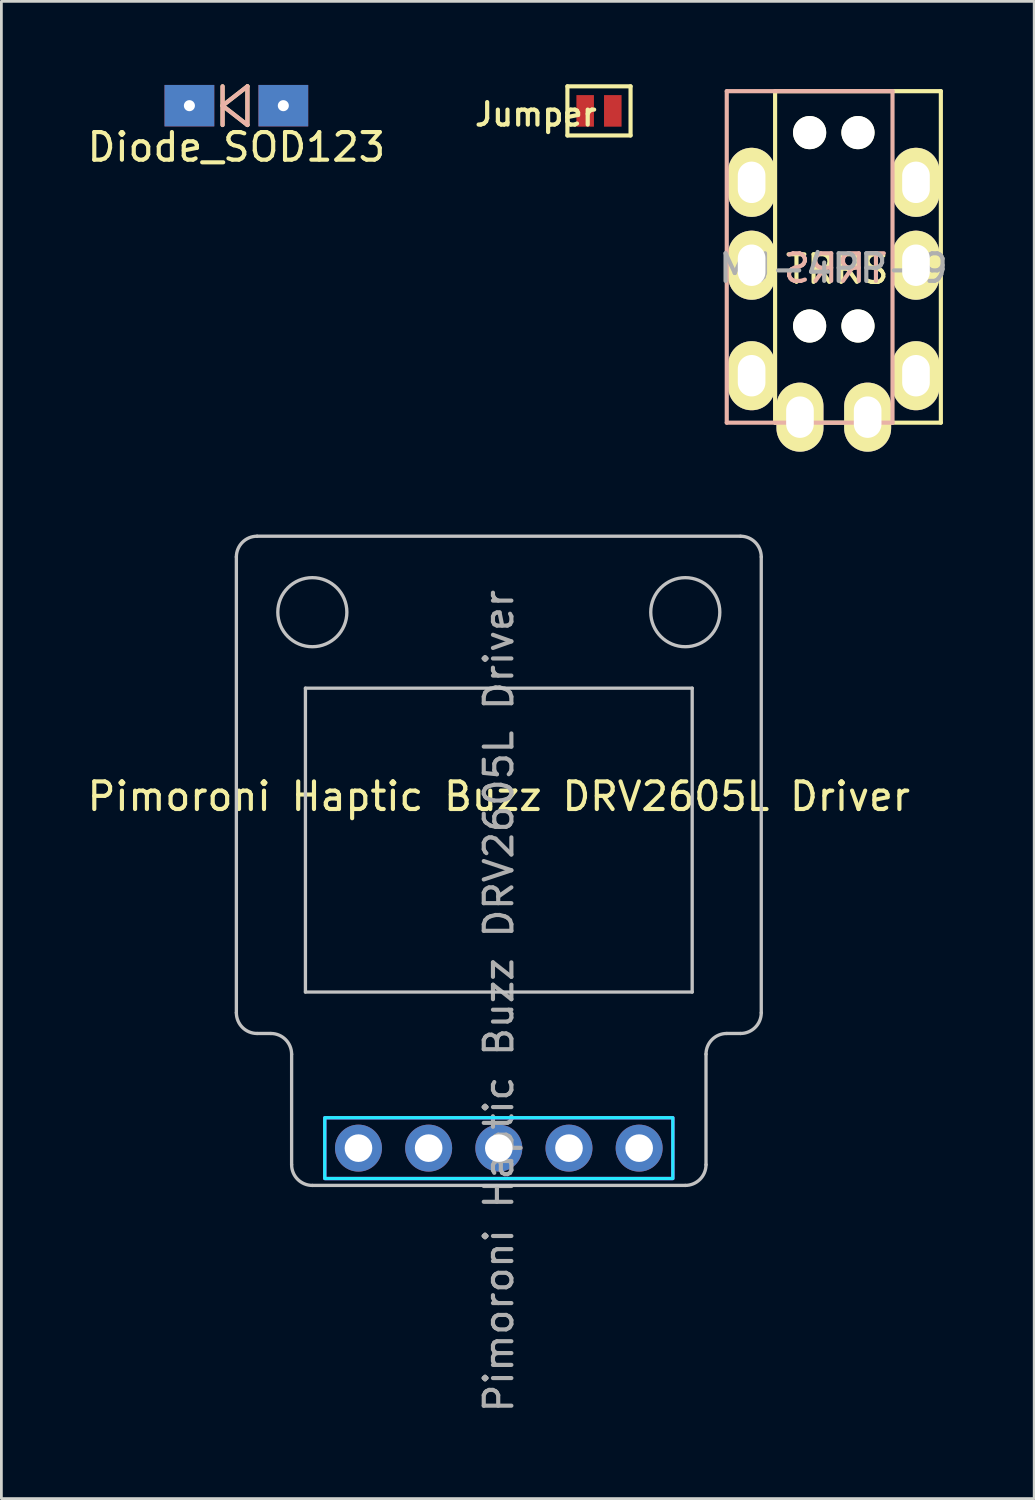
<source format=kicad_pcb>
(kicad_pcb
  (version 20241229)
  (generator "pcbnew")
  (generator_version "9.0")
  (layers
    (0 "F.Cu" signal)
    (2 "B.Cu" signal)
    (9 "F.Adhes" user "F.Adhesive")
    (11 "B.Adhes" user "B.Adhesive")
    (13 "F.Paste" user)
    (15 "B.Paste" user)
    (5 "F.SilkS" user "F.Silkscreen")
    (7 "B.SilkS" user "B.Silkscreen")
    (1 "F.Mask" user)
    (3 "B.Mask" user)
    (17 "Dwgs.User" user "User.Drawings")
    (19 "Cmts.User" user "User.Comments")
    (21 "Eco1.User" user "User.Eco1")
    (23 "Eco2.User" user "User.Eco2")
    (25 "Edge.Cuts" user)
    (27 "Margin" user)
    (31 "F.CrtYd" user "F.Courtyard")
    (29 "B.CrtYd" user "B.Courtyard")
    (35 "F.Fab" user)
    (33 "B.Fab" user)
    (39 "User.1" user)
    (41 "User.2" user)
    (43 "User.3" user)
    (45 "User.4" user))
  (footprint "MJ-4PP-9"
    (layer "F.Cu")
    (at 28.007 0.25)
    (property "Reference" "MJ-4PP-9" (at -0.889 6.413 0) (layer "F.Fab") (effects (font (size 1 1) (thickness 0.15))))
    (attr through_hole)
    (fp_line (start -3 0) (end 3 0) (stroke (width 0.15) (type solid)) (layer "F.SilkS"))
    (fp_line (start -3 12) (end -3 0) (stroke (width 0.15) (type solid)) (layer "F.SilkS"))
    (fp_line (start 3 0) (end 3 12) (stroke (width 0.15) (type solid)) (layer "F.SilkS"))
    (fp_line (start 3 12) (end -3 12) (stroke (width 0.15) (type solid)) (layer "F.SilkS"))
    (fp_line (start -4.75 0) (end 1.25 0) (stroke (width 0.15) (type solid)) (layer "B.SilkS"))
    (fp_line (start -4.75 12) (end -4.75 0) (stroke (width 0.15) (type solid)) (layer "B.SilkS"))
    (fp_line (start 1.25 0) (end 1.25 12) (stroke (width 0.15) (type solid)) (layer "B.SilkS"))
    (fp_line (start 1.25 12) (end -4.75 12) (stroke (width 0.15) (type solid)) (layer "B.SilkS"))
    (fp_text user "TRRS" (at -0.75 6.45 0) (layer "F.SilkS") (effects (font (size 1 1) (thickness 0.15))))
    (fp_text user "TRRS" (at -0.826 6.413 0) (layer "B.SilkS") (effects (font (size 1 1) (thickness 0.15)) (justify mirror)))
    (pad "" np_thru_hole circle (at -1.75 1.5) (size 1.2 1.2) (drill 1.2) (layers "*.Cu" "*.Mask" "F.SilkS"))
    (pad "" np_thru_hole circle (at -1.75 8.5) (size 1.2 1.2) (drill 1.2) (layers "*.Cu" "*.Mask" "F.SilkS"))
    (pad "" np_thru_hole circle (at 0 1.5) (size 1.2 1.2) (drill 1.2) (layers "*.Cu" "*.Mask" "F.SilkS"))
    (pad "" np_thru_hole circle (at 0 8.5) (size 1.2 1.2) (drill 1.2) (layers "*.Cu" "*.Mask" "F.SilkS"))
    (pad "1" thru_hole oval (at -3.85 10.3) (size 1.7 2.5) (drill oval 1 1.5) (layers "*.Cu" "*.Mask" "F.SilkS"))
    (pad "1" thru_hole oval (at 2.1 10.3) (size 1.7 2.5) (drill oval 1 1.5) (layers "*.Cu" "*.Mask" "F.SilkS"))
    (pad "2" thru_hole oval (at -3.85 6.3) (size 1.7 2.5) (drill oval 1 1.5) (layers "*.Cu" "*.Mask" "F.SilkS"))
    (pad "2" thru_hole oval (at 2.1 6.3) (size 1.7 2.5) (drill oval 1 1.5) (layers "*.Cu" "*.Mask" "F.SilkS"))
    (pad "3" thru_hole oval (at -3.85 3.3) (size 1.7 2.5) (drill oval 1 1.5) (layers "*.Cu" "*.Mask" "F.SilkS"))
    (pad "3" thru_hole oval (at 2.1 3.3) (size 1.7 2.5) (drill oval 1 1.5) (layers "*.Cu" "*.Mask" "F.SilkS"))
    (pad "4" thru_hole oval (at -2.1 11.8) (size 1.7 2.5) (drill oval 1 1.5) (layers "*.Cu" "*.Mask" "F.SilkS"))
    (pad "4" thru_hole oval (at 0.35 11.8) (size 1.7 2.5) (drill oval 1 1.5) (layers "*.Cu" "*.Mask" "F.SilkS")))
  (footprint "Diode_SOD123"
    (placed yes)
    (layer "F.Cu")
    (at 5.506 0.775)
    (property "Reference" "Diode_SOD123" (at 0 1.5 0) (layer "F.SilkS") (effects (font (size 1 1) (thickness 0.15))))
    (attr through_hole)
    (fp_line (start -0.5 -0.7) (end -0.5 0.7) (stroke (width 0.15) (type solid)) (layer "F.SilkS"))
    (fp_line (start -0.5 0) (end 0.4 -0.7) (stroke (width 0.15) (type solid)) (layer "F.SilkS"))
    (fp_line (start 0.4 -0.7) (end 0.4 0.7) (stroke (width 0.15) (type solid)) (layer "F.SilkS"))
    (fp_line (start 0.4 0.7) (end -0.5 0) (stroke (width 0.15) (type solid)) (layer "F.SilkS"))
    (fp_line (start -0.5 -0.7) (end -0.5 0.7) (stroke (width 0.15) (type solid)) (layer "B.SilkS"))
    (fp_line (start -0.5 0) (end 0.4 -0.7) (stroke (width 0.15) (type solid)) (layer "B.SilkS"))
    (fp_line (start 0.4 -0.7) (end 0.4 0.7) (stroke (width 0.15) (type solid)) (layer "B.SilkS"))
    (fp_line (start 0.4 0.7) (end -0.5 0) (stroke (width 0.15) (type solid)) (layer "B.SilkS"))
    (pad "1" thru_hole rect (at -1.7 0) (size 1.8 1.5) (drill 0.4) (layers "*.Cu" "*.Mask"))
    (pad "2" thru_hole rect (at 1.7 0) (size 1.8 1.5) (drill 0.4) (layers "*.Cu" "*.Mask")))
  (footprint "Pimoroni Haptic Buzz DRV2605L Driver"
    (layer "F.Cu")
    (at 15.006 28.11)
    (property "Reference" "Pimoroni Haptic Buzz DRV2605L Driver" (at 0 -2.33 0) (layer "F.SilkS") (effects (font (size 1 1) (thickness 0.15))))
    (attr through_hole)
    (fp_line (start -9.5 -11) (end -9.5 5.5) (stroke (width 0.12) (type solid)) (layer "Dwgs.User"))
    (fp_line (start -8.75 6.25) (end -8.25 6.25) (stroke (width 0.12) (type solid)) (layer "Dwgs.User"))
    (fp_line (start -7.5 11) (end -7.5 7) (stroke (width 0.12) (type solid)) (layer "Dwgs.User"))
    (fp_line (start -7 -6.25) (end -7 4.75) (stroke (width 0.12) (type solid)) (layer "Dwgs.User"))
    (fp_line (start -7 4.75) (end 7 4.75) (stroke (width 0.12) (type solid)) (layer "Dwgs.User"))
    (fp_line (start -6.75 11.75) (end 6.75 11.75) (stroke (width 0.12) (type solid)) (layer "Dwgs.User"))
    (fp_line (start 7 -6.25) (end -7 -6.25) (stroke (width 0.12) (type solid)) (layer "Dwgs.User"))
    (fp_line (start 7 4.75) (end 7 -6.25) (stroke (width 0.12) (type solid)) (layer "Dwgs.User"))
    (fp_line (start 7.5 7) (end 7.5 11) (stroke (width 0.12) (type solid)) (layer "Dwgs.User"))
    (fp_line (start 8.75 -11.75) (end -8.75 -11.75) (stroke (width 0.12) (type solid)) (layer "Dwgs.User"))
    (fp_line (start 8.75 6.25) (end 8.25 6.25) (stroke (width 0.12) (type solid)) (layer "Dwgs.User"))
    (fp_line (start 9.5 5.5) (end 9.5 -11) (stroke (width 0.12) (type solid)) (layer "Dwgs.User"))
    (fp_arc (start -9.5 -11) (mid -9.28033 -11.53033) (end -8.75 -11.75) (stroke (width 0.12) (type solid)) (layer "Dwgs.User"))
    (fp_arc (start -8.75 6.25) (mid -9.28033 6.03033) (end -9.5 5.5) (stroke (width 0.12) (type solid)) (layer "Dwgs.User"))
    (fp_arc (start -8.25 6.25) (mid -7.71967 6.46967) (end -7.5 7) (stroke (width 0.12) (type solid)) (layer "Dwgs.User"))
    (fp_arc (start -6.75 11.75) (mid -7.28033 11.53033) (end -7.5 11) (stroke (width 0.12) (type solid)) (layer "Dwgs.User"))
    (fp_arc (start 7.5 7) (mid 7.71967 6.46967) (end 8.25 6.25) (stroke (width 0.12) (type solid)) (layer "Dwgs.User"))
    (fp_arc (start 7.5 11) (mid 7.28033 11.53033) (end 6.75 11.75) (stroke (width 0.12) (type solid)) (layer "Dwgs.User"))
    (fp_arc (start 8.75 -11.75) (mid 9.28033 -11.53033) (end 9.5 -11) (stroke (width 0.12) (type solid)) (layer "Dwgs.User"))
    (fp_arc (start 9.5 5.5) (mid 9.28033 6.03033) (end 8.75 6.25) (stroke (width 0.12) (type solid)) (layer "Dwgs.User"))
    (fp_circle (center -6.75 -9) (end -5.5 -9) (stroke (width 0.12) (type solid)) (fill no) (layer "Dwgs.User"))
    (fp_circle (center 6.75 -9) (end 8 -9) (stroke (width 0.12) (type solid)) (fill no) (layer "Dwgs.User"))
    (fp_rect (start -6.3 11.5) (end 6.3 9.3) (stroke (width 0.12) (type solid)) (fill no) (layer "B.CrtYd"))
    (fp_rect (start -6.3 11.5) (end 6.3 9.3) (stroke (width 0.12) (type solid)) (fill no) (layer "F.CrtYd"))
    (fp_text user "${REFERENCE}" (at 0 5.08 90) (layer "F.Fab") (effects (font (size 1 1) (thickness 0.15))))
    (pad "1" thru_hole circle (at -5.08 10.4 90) (size 1.7 1.7) (drill 1) (layers "*.Cu" "*.Mask"))
    (pad "2" thru_hole oval (at -2.54 10.4 90) (size 1.7 1.7) (drill 1) (layers "*.Cu" "*.Mask"))
    (pad "3" thru_hole oval (at 0 10.4 90) (size 1.7 1.7) (drill 1) (layers "*.Cu" "*.Mask"))
    (pad "4" thru_hole oval (at 2.54 10.4 90) (size 1.7 1.7) (drill 1) (layers "*.Cu" "*.Mask"))
    (pad "5" thru_hole oval (at 5.08 10.4 90) (size 1.7 1.7) (drill 1) (layers "*.Cu" "*.Mask")))
  (footprint "Jumper"
    (layer "F.Cu")
    (at 18.632 0.964)
    (property "Reference" "Jumper" (at -2.286 0.127 0) (layer "F.SilkS") (effects (font (size 0.813 0.813) (thickness 0.152))))
    (attr smd)
    (fp_line (start -1.143 -0.889) (end 1.143 -0.889) (stroke (width 0.15) (type solid)) (layer "F.SilkS"))
    (fp_line (start -1.143 0.889) (end -1.143 -0.889) (stroke (width 0.15) (type solid)) (layer "F.SilkS"))
    (fp_line (start 1.143 -0.889) (end 1.143 0.889) (stroke (width 0.15) (type solid)) (layer "F.SilkS"))
    (fp_line (start 1.143 0.889) (end -1.143 0.889) (stroke (width 0.15) (type solid)) (layer "F.SilkS"))
    (pad "1" smd rect (at -0.5 0) (size 0.635 1.143) (layers "F.Cu" "F.Mask" "F.Paste"))
    (pad "2" smd rect (at 0.5 0) (size 0.635 1.143) (layers "F.Cu" "F.Mask" "F.Paste")))
  (gr_rect
    (start -3 -3)
    (end 34.386 51.196)
    (stroke (width 0.1) (type default))
    (fill no)
    (layer "Edge.Cuts")))
</source>
